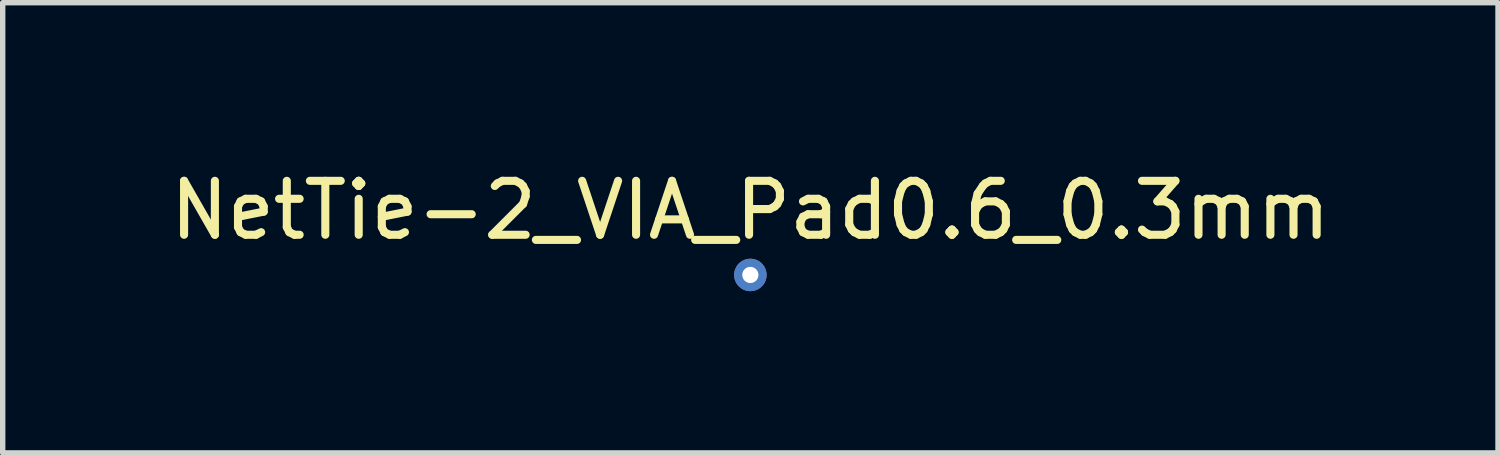
<source format=kicad_pcb>
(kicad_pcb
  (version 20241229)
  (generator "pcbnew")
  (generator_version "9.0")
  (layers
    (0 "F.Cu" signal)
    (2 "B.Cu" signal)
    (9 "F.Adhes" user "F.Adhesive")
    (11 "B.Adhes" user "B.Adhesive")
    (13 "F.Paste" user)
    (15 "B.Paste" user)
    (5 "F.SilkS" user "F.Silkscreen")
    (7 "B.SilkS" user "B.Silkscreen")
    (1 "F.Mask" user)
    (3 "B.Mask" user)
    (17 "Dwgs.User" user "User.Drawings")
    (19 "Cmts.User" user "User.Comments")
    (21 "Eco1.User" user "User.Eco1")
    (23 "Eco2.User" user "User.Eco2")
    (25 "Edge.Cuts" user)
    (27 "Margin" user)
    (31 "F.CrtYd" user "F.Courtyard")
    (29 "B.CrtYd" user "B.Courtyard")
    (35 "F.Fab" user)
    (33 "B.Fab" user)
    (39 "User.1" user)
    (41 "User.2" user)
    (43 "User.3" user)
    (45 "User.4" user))
  (footprint "NetTie-2_VIA_Pad0.6_0.3mm"
    (layer "F.Cu")
    (at 10.863 2.048)
    (property "Reference" "NetTie-2_VIA_Pad0.6_0.3mm" (at 0 -1.2 0) (layer "F.SilkS") (effects (font (size 1 1) (thickness 0.15))))
    (attr exclude_from_pos_files exclude_from_bom allow_missing_courtyard)
    (pad "1" thru_hole circle (at 0 0) (size 0.6 0.6) (drill 0.3) (layers "*.Cu" "*.Mask"))
    (pad "2" smd circle (at 0 0) (size 0.6 0.6) (layers "B.Cu")))
  (gr_rect
    (start -3 -3)
    (end 24.726 5.348)
    (stroke (width 0.1) (type default))
    (fill no)
    (layer "Edge.Cuts")))
</source>
